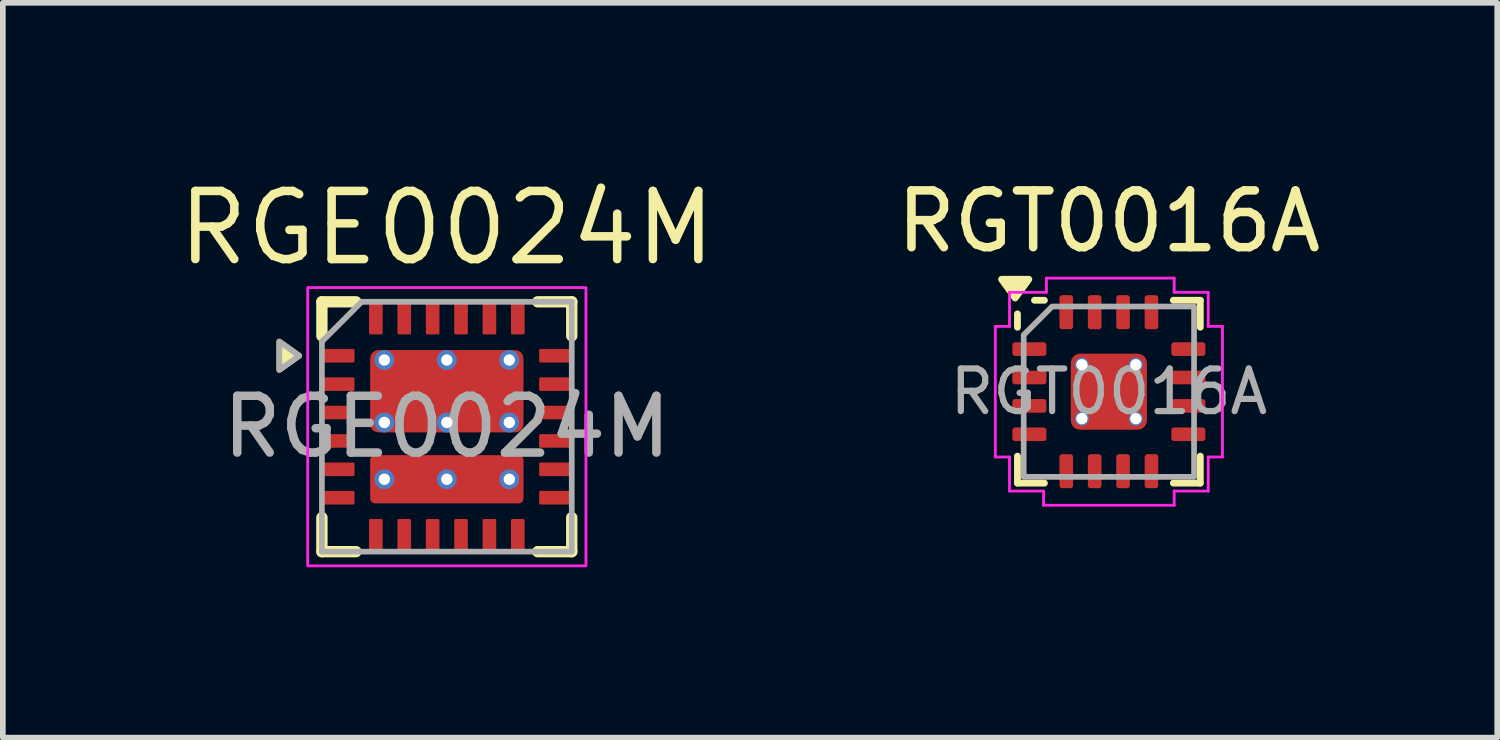
<source format=kicad_pcb>
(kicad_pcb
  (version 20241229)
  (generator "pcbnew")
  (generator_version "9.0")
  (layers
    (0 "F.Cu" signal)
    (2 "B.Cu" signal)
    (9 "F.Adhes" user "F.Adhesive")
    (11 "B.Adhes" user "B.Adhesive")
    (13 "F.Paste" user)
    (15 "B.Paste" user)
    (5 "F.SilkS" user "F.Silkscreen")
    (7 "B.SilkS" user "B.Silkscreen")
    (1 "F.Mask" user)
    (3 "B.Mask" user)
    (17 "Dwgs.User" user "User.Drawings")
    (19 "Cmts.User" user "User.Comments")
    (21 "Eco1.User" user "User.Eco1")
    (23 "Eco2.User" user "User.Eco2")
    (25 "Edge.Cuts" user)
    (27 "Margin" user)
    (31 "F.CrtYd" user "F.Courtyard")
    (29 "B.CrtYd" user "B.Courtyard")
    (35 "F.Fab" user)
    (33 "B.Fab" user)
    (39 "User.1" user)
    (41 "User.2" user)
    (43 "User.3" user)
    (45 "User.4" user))
  (footprint "RGT0016A"
    (layer "F.Cu")
    (at 16.478 3.848)
    (property "Reference" "RGT0016A" (at 0 -3 0) (layer "F.SilkS") (effects (font (size 1 1) (thickness 0.15))))
    (attr smd)
    (fp_line (start -1.61 -1.135) (end -1.61 -1.37) (stroke (width 0.12) (type solid)) (layer "F.SilkS"))
    (fp_line (start -1.61 1.61) (end -1.61 1.135) (stroke (width 0.12) (type solid)) (layer "F.SilkS"))
    (fp_line (start -1.135 -1.61) (end -1.31 -1.61) (stroke (width 0.12) (type solid)) (layer "F.SilkS"))
    (fp_line (start -1.135 1.61) (end -1.61 1.61) (stroke (width 0.12) (type solid)) (layer "F.SilkS"))
    (fp_line (start 1.135 -1.61) (end 1.61 -1.61) (stroke (width 0.12) (type solid)) (layer "F.SilkS"))
    (fp_line (start 1.135 1.61) (end 1.61 1.61) (stroke (width 0.12) (type solid)) (layer "F.SilkS"))
    (fp_line (start 1.61 -1.61) (end 1.61 -1.135) (stroke (width 0.12) (type solid)) (layer "F.SilkS"))
    (fp_line (start 1.61 1.61) (end 1.61 1.135) (stroke (width 0.12) (type solid)) (layer "F.SilkS"))
    (fp_poly (pts (xy -1.65 -1.65) (xy -1.89 -1.98) (xy -1.41 -1.98)) (stroke (width 0.12) (type solid)) (fill yes) (layer "F.SilkS"))
    (fp_line (start -2 -1.15) (end -1.75 -1.15) (stroke (width 0.05) (type solid)) (layer "F.CrtYd"))
    (fp_line (start -2 1.15) (end -2 -1.15) (stroke (width 0.05) (type solid)) (layer "F.CrtYd"))
    (fp_line (start -1.75 -1.75) (end -1.1 -1.75) (stroke (width 0.05) (type solid)) (layer "F.CrtYd"))
    (fp_line (start -1.75 -1.15) (end -1.75 -1.75) (stroke (width 0.05) (type solid)) (layer "F.CrtYd"))
    (fp_line (start -1.75 1.15) (end -2 1.15) (stroke (width 0.05) (type solid)) (layer "F.CrtYd"))
    (fp_line (start -1.75 1.75) (end -1.75 1.15) (stroke (width 0.05) (type solid)) (layer "F.CrtYd"))
    (fp_line (start -1.15 1.75) (end -1.75 1.75) (stroke (width 0.05) (type solid)) (layer "F.CrtYd"))
    (fp_line (start -1.15 2) (end -1.15 1.75) (stroke (width 0.05) (type solid)) (layer "F.CrtYd"))
    (fp_line (start -1.1 -2) (end 1.15 -2) (stroke (width 0.05) (type solid)) (layer "F.CrtYd"))
    (fp_line (start -1.1 -1.75) (end -1.1 -2) (stroke (width 0.05) (type solid)) (layer "F.CrtYd"))
    (fp_line (start 1.15 -2) (end 1.15 -1.75) (stroke (width 0.05) (type solid)) (layer "F.CrtYd"))
    (fp_line (start 1.15 -1.75) (end 1.75 -1.75) (stroke (width 0.05) (type solid)) (layer "F.CrtYd"))
    (fp_line (start 1.15 1.75) (end 1.15 2) (stroke (width 0.05) (type solid)) (layer "F.CrtYd"))
    (fp_line (start 1.15 2) (end -1.15 2) (stroke (width 0.05) (type solid)) (layer "F.CrtYd"))
    (fp_line (start 1.75 -1.75) (end 1.75 -1.15) (stroke (width 0.05) (type solid)) (layer "F.CrtYd"))
    (fp_line (start 1.75 -1.15) (end 2 -1.15) (stroke (width 0.05) (type solid)) (layer "F.CrtYd"))
    (fp_line (start 1.75 1.15) (end 1.75 1.75) (stroke (width 0.05) (type solid)) (layer "F.CrtYd"))
    (fp_line (start 1.75 1.75) (end 1.15 1.75) (stroke (width 0.05) (type solid)) (layer "F.CrtYd"))
    (fp_line (start 2 -1.15) (end 2 1.15) (stroke (width 0.05) (type solid)) (layer "F.CrtYd"))
    (fp_line (start 2 1.15) (end 1.75 1.15) (stroke (width 0.05) (type solid)) (layer "F.CrtYd"))
    (fp_poly (pts (xy -1.5 -1) (xy -1.5 1.5) (xy 1.5 1.5) (xy 1.5 -1.5) (xy -1 -1.5)) (stroke (width 0.1) (type solid)) (fill no) (layer "F.Fab"))
    (fp_text user "${REFERENCE}" (at 0 0 0) (layer "F.Fab") (effects (font (size 0.75 0.75) (thickness 0.11))))
    (pad "" smd roundrect (at 0 0) (size 0.89 0.89) (layers "F.Paste") (roundrect_rratio 0.25))
    (pad "1" smd roundrect (at -1.4 -0.75) (size 0.6 0.24) (layers "F.Cu" "F.Mask" "F.Paste") (roundrect_rratio 0.2))
    (pad "2" smd roundrect (at -1.4 -0.25) (size 0.6 0.24) (layers "F.Cu" "F.Mask" "F.Paste") (roundrect_rratio 0.2))
    (pad "3" smd roundrect (at -1.4 0.25) (size 0.6 0.24) (layers "F.Cu" "F.Mask" "F.Paste") (roundrect_rratio 0.2))
    (pad "4" smd roundrect (at -1.4 0.75) (size 0.6 0.24) (layers "F.Cu" "F.Mask" "F.Paste") (roundrect_rratio 0.2))
    (pad "5" smd roundrect (at -0.75 1.4) (size 0.24 0.6) (layers "F.Cu" "F.Mask" "F.Paste") (roundrect_rratio 0.2))
    (pad "6" smd roundrect (at -0.25 1.4) (size 0.24 0.6) (layers "F.Cu" "F.Mask" "F.Paste") (roundrect_rratio 0.2))
    (pad "7" smd roundrect (at 0.25 1.4) (size 0.24 0.6) (layers "F.Cu" "F.Mask" "F.Paste") (roundrect_rratio 0.2))
    (pad "8" smd roundrect (at 0.75 1.4) (size 0.24 0.6) (layers "F.Cu" "F.Mask" "F.Paste") (roundrect_rratio 0.2))
    (pad "9" smd roundrect (at 1.4 0.75) (size 0.6 0.24) (layers "F.Cu" "F.Mask" "F.Paste") (roundrect_rratio 0.2))
    (pad "10" smd roundrect (at 1.4 0.25) (size 0.6 0.24) (layers "F.Cu" "F.Mask" "F.Paste") (roundrect_rratio 0.2))
    (pad "11" smd roundrect (at 1.4 -0.25) (size 0.6 0.24) (layers "F.Cu" "F.Mask" "F.Paste") (roundrect_rratio 0.2))
    (pad "12" smd roundrect (at 1.4 -0.75) (size 0.6 0.24) (layers "F.Cu" "F.Mask" "F.Paste") (roundrect_rratio 0.2))
    (pad "13" smd roundrect (at 0.75 -1.4) (size 0.24 0.6) (layers "F.Cu" "F.Mask" "F.Paste") (roundrect_rratio 0.2))
    (pad "14" smd roundrect (at 0.25 -1.4) (size 0.24 0.6) (layers "F.Cu" "F.Mask" "F.Paste") (roundrect_rratio 0.2))
    (pad "15" smd roundrect (at -0.25 -1.4) (size 0.24 0.6) (layers "F.Cu" "F.Mask" "F.Paste") (roundrect_rratio 0.2))
    (pad "16" smd roundrect (at -0.75 -1.4) (size 0.24 0.6) (layers "F.Cu" "F.Mask" "F.Paste") (roundrect_rratio 0.2))
    (pad "17" thru_hole circle (at -0.475 -0.475) (size 0.25 0.25) (drill 0.2) (property pad_prop_heatsink) (layers "*.Cu" "F.Mask"))
    (pad "17" thru_hole circle (at -0.475 0.475) (size 0.25 0.25) (drill 0.2) (property pad_prop_heatsink) (layers "*.Cu" "F.Mask"))
    (pad "17" smd roundrect (at 0 0) (size 1.34 1.34) (property pad_prop_heatsink) (layers "F.Cu" "F.Mask") (roundrect_rratio 0.12))
    (pad "17" thru_hole circle (at 0.475 -0.475) (size 0.25 0.25) (drill 0.2) (property pad_prop_heatsink) (layers "*.Cu" "F.Mask"))
    (pad "17" thru_hole circle (at 0.475 0.475) (size 0.25 0.25) (drill 0.2) (property pad_prop_heatsink) (layers "*.Cu" "F.Mask")))
  (footprint "RGE0024M"
    (layer "F.Cu")
    (at 4.819 4.465)
    (property "Reference" "RGE0024M" (at 0 -3.5 0) (unlocked yes) (layer "F.SilkS") (effects (font (size 1.2 1.2) (thickness 0.15) (bold yes))))
    (attr smd)
    (fp_line (start -2.2 -2.2) (end -1.6 -2.2) (stroke (width 0.2) (type default)) (layer "F.SilkS"))
    (fp_line (start -2.2 -1.6) (end -2.2 -2.2) (stroke (width 0.2) (type default)) (layer "F.SilkS"))
    (fp_line (start -2.2 1.6) (end -2.2 2.2) (stroke (width 0.2) (type default)) (layer "F.SilkS"))
    (fp_line (start -1.6 2.2) (end -2.2 2.2) (stroke (width 0.2) (type default)) (layer "F.SilkS"))
    (fp_line (start 1.6 -2.2) (end 2.2 -2.2) (stroke (width 0.2) (type default)) (layer "F.SilkS"))
    (fp_line (start 2.2 -2.2) (end 2.2 -1.6) (stroke (width 0.2) (type default)) (layer "F.SilkS"))
    (fp_line (start 2.2 1.6) (end 2.2 2.2) (stroke (width 0.2) (type default)) (layer "F.SilkS"))
    (fp_line (start 2.2 2.2) (end 1.6 2.2) (stroke (width 0.2) (type default)) (layer "F.SilkS"))
    (fp_poly (pts (xy -2.6 -1.25) (xy -2.95 -1.5) (xy -2.95 -1)) (stroke (width 0.1) (type solid)) (fill yes) (layer "F.SilkS"))
    (fp_rect (start -2.45 -2.45) (end 2.45 2.45) (stroke (width 0.05) (type default)) (fill no) (layer "F.CrtYd"))
    (fp_line (start -2.2 -1.5) (end -1.5 -2.2) (stroke (width 0.1) (type default)) (layer "F.Fab"))
    (fp_line (start -2.2 2.2) (end -2.2 -1.5) (stroke (width 0.1) (type default)) (layer "F.Fab"))
    (fp_line (start -1.5 -2.2) (end 2.2 -2.2) (stroke (width 0.1) (type default)) (layer "F.Fab"))
    (fp_line (start 2.2 -2.2) (end 2.2 2.2) (stroke (width 0.1) (type default)) (layer "F.Fab"))
    (fp_line (start 2.2 2.2) (end -2.2 2.2) (stroke (width 0.1) (type default)) (layer "F.Fab"))
    (fp_poly (pts (xy -2.6 -1.25) (xy -2.95 -1.5) (xy -2.95 -1)) (stroke (width 0.1) (type solid)) (fill no) (layer "F.Fab"))
    (fp_text user "${REFERENCE}" (at 0 0 0) (unlocked yes) (layer "F.Fab") (effects (font (size 1 1) (thickness 0.15))))
    (pad "1" smd roundrect (at -1.913 -1.25) (size 0.575 0.24) (layers "F.Cu" "F.Mask" "F.Paste") (roundrect_rratio 0.1))
    (pad "2" smd roundrect (at -1.913 -0.75) (size 0.575 0.24) (layers "F.Cu" "F.Mask" "F.Paste") (roundrect_rratio 0.1))
    (pad "3" smd roundrect (at -1.913 -0.25) (size 0.575 0.24) (layers "F.Cu" "F.Mask" "F.Paste") (roundrect_rratio 0.1))
    (pad "4" smd roundrect (at -1.913 0.25) (size 0.575 0.24) (layers "F.Cu" "F.Mask" "F.Paste") (roundrect_rratio 0.1))
    (pad "5" smd roundrect (at -1.913 0.75) (size 0.575 0.24) (layers "F.Cu" "F.Mask" "F.Paste") (roundrect_rratio 0.1))
    (pad "6" smd roundrect (at -1.913 1.25) (size 0.575 0.24) (layers "F.Cu" "F.Mask" "F.Paste") (roundrect_rratio 0.1))
    (pad "7" smd roundrect (at -1.25 1.913) (size 0.24 0.575) (layers "F.Cu" "F.Mask" "F.Paste") (roundrect_rratio 0.1))
    (pad "8" smd roundrect (at -0.75 1.913) (size 0.24 0.575) (layers "F.Cu" "F.Mask" "F.Paste") (roundrect_rratio 0.1))
    (pad "9" smd roundrect (at -0.25 1.913) (size 0.24 0.575) (layers "F.Cu" "F.Mask" "F.Paste") (roundrect_rratio 0.1))
    (pad "10" smd roundrect (at 0.25 1.913) (size 0.24 0.575) (layers "F.Cu" "F.Mask" "F.Paste") (roundrect_rratio 0.1))
    (pad "11" smd roundrect (at 0.75 1.913) (size 0.24 0.575) (layers "F.Cu" "F.Mask" "F.Paste") (roundrect_rratio 0.1))
    (pad "12" smd roundrect (at 1.25 1.913) (size 0.24 0.575) (layers "F.Cu" "F.Mask" "F.Paste") (roundrect_rratio 0.1))
    (pad "13" smd roundrect (at 1.913 1.25) (size 0.575 0.24) (layers "F.Cu" "F.Mask" "F.Paste") (roundrect_rratio 0.1))
    (pad "14" smd roundrect (at 1.913 0.75) (size 0.575 0.24) (layers "F.Cu" "F.Mask" "F.Paste") (roundrect_rratio 0.1))
    (pad "15" smd roundrect (at 1.913 0.25) (size 0.575 0.24) (layers "F.Cu" "F.Mask" "F.Paste") (roundrect_rratio 0.1))
    (pad "16" smd roundrect (at 1.913 -0.25) (size 0.575 0.24) (layers "F.Cu" "F.Mask" "F.Paste") (roundrect_rratio 0.1))
    (pad "17" smd roundrect (at 1.913 -0.75) (size 0.575 0.24) (layers "F.Cu" "F.Mask" "F.Paste") (roundrect_rratio 0.1))
    (pad "18" smd roundrect (at 1.913 -1.25) (size 0.575 0.24) (layers "F.Cu" "F.Mask" "F.Paste") (roundrect_rratio 0.1))
    (pad "19" smd roundrect (at 1.25 -1.913) (size 0.24 0.575) (layers "F.Cu" "F.Mask" "F.Paste") (roundrect_rratio 0.1))
    (pad "20" smd roundrect (at 0.75 -1.913) (size 0.24 0.575) (layers "F.Cu" "F.Mask" "F.Paste") (roundrect_rratio 0.1))
    (pad "21" smd roundrect (at 0.25 -1.913) (size 0.24 0.575) (layers "F.Cu" "F.Mask" "F.Paste") (roundrect_rratio 0.1))
    (pad "22" smd roundrect (at -0.25 -1.913) (size 0.24 0.575) (layers "F.Cu" "F.Mask" "F.Paste") (roundrect_rratio 0.1))
    (pad "23" smd roundrect (at -0.75 -1.913) (size 0.24 0.575) (layers "F.Cu" "F.Mask" "F.Paste") (roundrect_rratio 0.1))
    (pad "24" smd roundrect (at -1.25 -1.913) (size 0.24 0.575) (layers "F.Cu" "F.Mask" "F.Paste") (roundrect_rratio 0.1))
    (pad "25" thru_hole circle (at -1.1 -1.175) (size 0.35 0.35) (drill 0.2) (property pad_prop_heatsink) (layers "*.Cu" "F.Mask"))
    (pad "25" thru_hole circle (at -1.1 -0.075) (size 0.35 0.35) (drill 0.2) (property pad_prop_heatsink) (layers "*.Cu" "F.Mask"))
    (pad "25" thru_hole circle (at 0 -1.175) (size 0.35 0.35) (drill 0.2) (property pad_prop_heatsink) (layers "*.Cu" "F.Mask"))
    (pad "25" smd roundrect (at 0 -0.625) (size 2.7 1.45) (property pad_prop_heatsink) (layers "F.Cu" "F.Mask" "F.Paste") (roundrect_rratio 0.1))
    (pad "25" thru_hole circle (at 0 -0.075) (size 0.35 0.35) (drill 0.2) (property pad_prop_heatsink) (layers "*.Cu" "F.Mask"))
    (pad "25" thru_hole circle (at 1.1 -1.175) (size 0.35 0.35) (drill 0.2) (property pad_prop_heatsink) (layers "*.Cu" "F.Mask"))
    (pad "25" thru_hole circle (at 1.1 -0.075) (size 0.35 0.35) (drill 0.2) (property pad_prop_heatsink) (layers "*.Cu" "F.Mask"))
    (pad "26" thru_hole circle (at -1.1 0.925) (size 0.35 0.35) (drill 0.2) (property pad_prop_heatsink) (layers "*.Cu" "F.Mask"))
    (pad "26" thru_hole circle (at 0 0.925) (size 0.35 0.35) (drill 0.2) (property pad_prop_heatsink) (layers "*.Cu" "F.Mask"))
    (pad "26" smd roundrect (at 0 0.925) (size 2.7 0.85) (property pad_prop_heatsink) (layers "F.Cu" "F.Mask" "F.Paste") (roundrect_rratio 0.1))
    (pad "26" thru_hole circle (at 1.1 0.925) (size 0.35 0.35) (drill 0.2) (property pad_prop_heatsink) (layers "*.Cu" "F.Mask")))
  (gr_rect
    (start -3 -3)
    (end 23.317 9.94)
    (stroke (width 0.1) (type default))
    (fill no)
    (layer "Edge.Cuts")))
</source>
